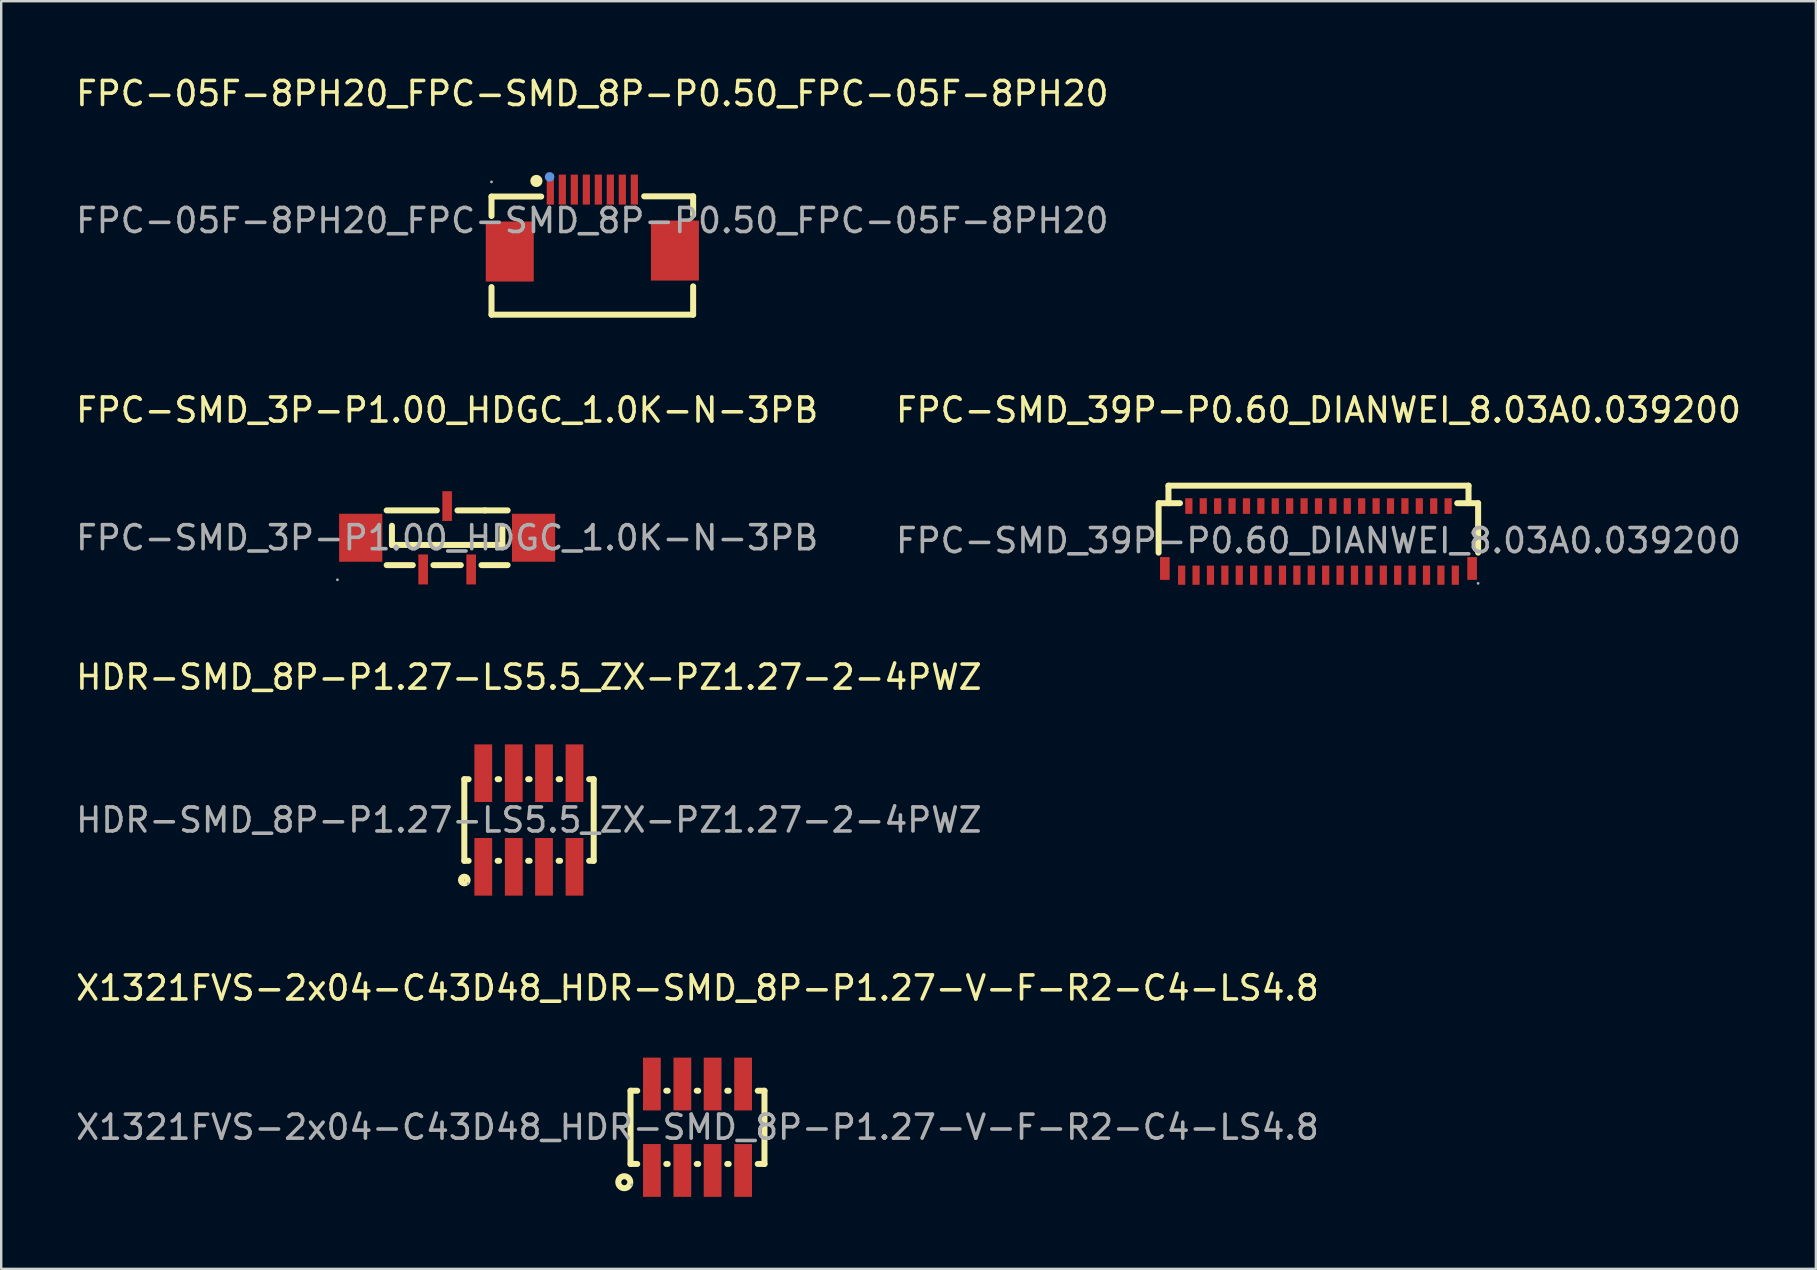
<source format=kicad_pcb>
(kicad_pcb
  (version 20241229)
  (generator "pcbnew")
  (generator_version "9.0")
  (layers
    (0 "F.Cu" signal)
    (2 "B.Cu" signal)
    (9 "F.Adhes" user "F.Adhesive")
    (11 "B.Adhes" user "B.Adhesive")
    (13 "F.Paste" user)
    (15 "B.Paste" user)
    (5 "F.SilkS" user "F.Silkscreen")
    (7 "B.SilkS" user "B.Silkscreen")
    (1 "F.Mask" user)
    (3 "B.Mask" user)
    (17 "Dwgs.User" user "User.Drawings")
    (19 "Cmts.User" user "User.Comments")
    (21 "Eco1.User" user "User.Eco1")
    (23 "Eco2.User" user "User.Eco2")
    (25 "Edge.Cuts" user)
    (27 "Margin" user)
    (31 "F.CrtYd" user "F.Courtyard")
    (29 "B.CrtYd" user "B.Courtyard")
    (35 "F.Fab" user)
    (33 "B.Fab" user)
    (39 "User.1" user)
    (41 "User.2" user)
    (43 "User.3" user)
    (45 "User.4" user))
  (footprint "FPC-SMD_39P-P0.60_DIANWEI_8.03A0.039200"
    (layer "F.Cu")
    (at 51.875 19.471)
    (property "Reference" "FPC-SMD_39P-P0.60_DIANWEI_8.03A0.039200" (at 0 -5.44 0) (layer "F.SilkS") (effects (font (size 1 1) (thickness 0.15))))
    (attr smd)
    (fp_line (start -6.66 -1.56) (end -6.66 0.5) (stroke (width 0.25) (type solid)) (layer "F.SilkS"))
    (fp_line (start -6.64 -1.56) (end -5.77 -1.56) (stroke (width 0.25) (type solid)) (layer "F.SilkS"))
    (fp_line (start -6.25 -2.29) (end 6.25 -2.29) (stroke (width 0.25) (type solid)) (layer "F.SilkS"))
    (fp_line (start -6.25 -1.56) (end -6.25 -2.29) (stroke (width 0.25) (type solid)) (layer "F.SilkS"))
    (fp_line (start 5.78 -1.56) (end 6.65 -1.56) (stroke (width 0.25) (type solid)) (layer "F.SilkS"))
    (fp_line (start 6.25 -1.56) (end 6.25 -2.29) (stroke (width 0.25) (type solid)) (layer "F.SilkS"))
    (fp_line (start 6.65 -1.56) (end 6.65 0.5) (stroke (width 0.25) (type solid)) (layer "F.SilkS"))
    (fp_circle (center 6.65 1.78) (end 6.68 1.78) (stroke (width 0.06) (type solid)) (fill no) (layer "F.Fab"))
    (fp_text user "${REFERENCE}" (at 0 0 0) (layer "F.Fab") (effects (font (size 1 1) (thickness 0.15))))
    (pad "1" smd rect (at 5.7 1.44) (size 0.3 0.8) (layers "F.Cu" "F.Mask" "F.Paste"))
    (pad "2" smd rect (at 5.4 -1.44) (size 0.3 0.65) (layers "F.Cu" "F.Mask" "F.Paste"))
    (pad "3" smd rect (at 5.1 1.44) (size 0.3 0.8) (layers "F.Cu" "F.Mask" "F.Paste"))
    (pad "4" smd rect (at 4.8 -1.44) (size 0.3 0.65) (layers "F.Cu" "F.Mask" "F.Paste"))
    (pad "5" smd rect (at 4.5 1.44) (size 0.3 0.8) (layers "F.Cu" "F.Mask" "F.Paste"))
    (pad "6" smd rect (at 4.2 -1.44) (size 0.3 0.65) (layers "F.Cu" "F.Mask" "F.Paste"))
    (pad "7" smd rect (at 3.9 1.44) (size 0.3 0.8) (layers "F.Cu" "F.Mask" "F.Paste"))
    (pad "8" smd rect (at 3.6 -1.44) (size 0.3 0.65) (layers "F.Cu" "F.Mask" "F.Paste"))
    (pad "9" smd rect (at 3.3 1.44) (size 0.3 0.8) (layers "F.Cu" "F.Mask" "F.Paste"))
    (pad "10" smd rect (at 3 -1.44) (size 0.3 0.65) (layers "F.Cu" "F.Mask" "F.Paste"))
    (pad "11" smd rect (at 2.7 1.44) (size 0.3 0.8) (layers "F.Cu" "F.Mask" "F.Paste"))
    (pad "12" smd rect (at 2.4 -1.44) (size 0.3 0.65) (layers "F.Cu" "F.Mask" "F.Paste"))
    (pad "13" smd rect (at 2.1 1.44) (size 0.3 0.8) (layers "F.Cu" "F.Mask" "F.Paste"))
    (pad "14" smd rect (at 1.8 -1.44) (size 0.3 0.65) (layers "F.Cu" "F.Mask" "F.Paste"))
    (pad "15" smd rect (at 1.5 1.44) (size 0.3 0.8) (layers "F.Cu" "F.Mask" "F.Paste"))
    (pad "16" smd rect (at 1.2 -1.44) (size 0.3 0.65) (layers "F.Cu" "F.Mask" "F.Paste"))
    (pad "17" smd rect (at 0.9 1.44) (size 0.3 0.8) (layers "F.Cu" "F.Mask" "F.Paste"))
    (pad "18" smd rect (at 0.6 -1.44) (size 0.3 0.65) (layers "F.Cu" "F.Mask" "F.Paste"))
    (pad "19" smd rect (at 0.3 1.44) (size 0.3 0.8) (layers "F.Cu" "F.Mask" "F.Paste"))
    (pad "20" smd rect (at 0 -1.44) (size 0.3 0.65) (layers "F.Cu" "F.Mask" "F.Paste"))
    (pad "21" smd rect (at -0.3 1.44) (size 0.3 0.8) (layers "F.Cu" "F.Mask" "F.Paste"))
    (pad "22" smd rect (at -0.6 -1.44) (size 0.3 0.65) (layers "F.Cu" "F.Mask" "F.Paste"))
    (pad "23" smd rect (at -0.9 1.44) (size 0.3 0.8) (layers "F.Cu" "F.Mask" "F.Paste"))
    (pad "24" smd rect (at -1.2 -1.44) (size 0.3 0.65) (layers "F.Cu" "F.Mask" "F.Paste"))
    (pad "25" smd rect (at -1.5 1.44) (size 0.3 0.8) (layers "F.Cu" "F.Mask" "F.Paste"))
    (pad "26" smd rect (at -1.8 -1.44) (size 0.3 0.65) (layers "F.Cu" "F.Mask" "F.Paste"))
    (pad "27" smd rect (at -2.1 1.44) (size 0.3 0.8) (layers "F.Cu" "F.Mask" "F.Paste"))
    (pad "28" smd rect (at -2.4 -1.44) (size 0.3 0.65) (layers "F.Cu" "F.Mask" "F.Paste"))
    (pad "29" smd rect (at -2.7 1.44) (size 0.3 0.8) (layers "F.Cu" "F.Mask" "F.Paste"))
    (pad "30" smd rect (at -3 -1.44) (size 0.3 0.65) (layers "F.Cu" "F.Mask" "F.Paste"))
    (pad "31" smd rect (at -3.3 1.44) (size 0.3 0.8) (layers "F.Cu" "F.Mask" "F.Paste"))
    (pad "32" smd rect (at -3.6 -1.44) (size 0.3 0.65) (layers "F.Cu" "F.Mask" "F.Paste"))
    (pad "33" smd rect (at -3.9 1.44) (size 0.3 0.8) (layers "F.Cu" "F.Mask" "F.Paste"))
    (pad "34" smd rect (at -4.2 -1.44) (size 0.3 0.65) (layers "F.Cu" "F.Mask" "F.Paste"))
    (pad "35" smd rect (at -4.5 1.44) (size 0.3 0.8) (layers "F.Cu" "F.Mask" "F.Paste"))
    (pad "36" smd rect (at -4.8 -1.44) (size 0.3 0.65) (layers "F.Cu" "F.Mask" "F.Paste"))
    (pad "37" smd rect (at -5.1 1.44) (size 0.3 0.8) (layers "F.Cu" "F.Mask" "F.Paste"))
    (pad "38" smd rect (at -5.4 -1.44) (size 0.3 0.65) (layers "F.Cu" "F.Mask" "F.Paste"))
    (pad "39" smd rect (at -5.7 1.44) (size 0.3 0.8) (layers "F.Cu" "F.Mask" "F.Paste"))
    (pad "40" smd rect (at -6.4 1.16) (size 0.4 0.95) (layers "F.Cu" "F.Mask" "F.Paste"))
    (pad "41" smd rect (at 6.4 1.16) (size 0.4 0.95) (layers "F.Cu" "F.Mask" "F.Paste")))
  (footprint "HDR-SMD_8P-P1.27-LS5.5_ZX-PZ1.27-2-4PWZ"
    (layer "F.Cu")
    (at 18.982 31.11)
    (property "Reference" "HDR-SMD_8P-P1.27-LS5.5_ZX-PZ1.27-2-4PWZ" (at 0 -5.95 0) (layer "F.SilkS") (effects (font (size 1 1) (thickness 0.15))))
    (attr smd)
    (fp_line (start -2.69 -1.7) (end -2.69 1.7) (stroke (width 0.25) (type solid)) (layer "F.SilkS"))
    (fp_line (start -2.69 1.7) (end -2.51 1.7) (stroke (width 0.25) (type solid)) (layer "F.SilkS"))
    (fp_line (start -2.51 -1.7) (end -2.69 -1.7) (stroke (width 0.25) (type solid)) (layer "F.SilkS"))
    (fp_line (start -1.3 1.7) (end -1.24 1.7) (stroke (width 0.25) (type solid)) (layer "F.SilkS"))
    (fp_line (start -1.24 -1.7) (end -1.3 -1.7) (stroke (width 0.25) (type solid)) (layer "F.SilkS"))
    (fp_line (start -0.03 1.7) (end 0.03 1.7) (stroke (width 0.25) (type solid)) (layer "F.SilkS"))
    (fp_line (start 0.03 -1.7) (end -0.03 -1.7) (stroke (width 0.25) (type solid)) (layer "F.SilkS"))
    (fp_line (start 1.24 1.7) (end 1.3 1.7) (stroke (width 0.25) (type solid)) (layer "F.SilkS"))
    (fp_line (start 1.3 -1.7) (end 1.24 -1.7) (stroke (width 0.25) (type solid)) (layer "F.SilkS"))
    (fp_line (start 2.51 1.7) (end 2.7 1.7) (stroke (width 0.25) (type solid)) (layer "F.SilkS"))
    (fp_line (start 2.7 -1.7) (end 2.51 -1.7) (stroke (width 0.25) (type solid)) (layer "F.SilkS"))
    (fp_line (start 2.7 -1.7) (end 2.7 1.7) (stroke (width 0.25) (type solid)) (layer "F.SilkS"))
    (fp_circle (center -2.69 2.5) (end -2.55 2.5) (stroke (width 0.25) (type solid)) (fill no) (layer "F.SilkS"))
    (fp_circle (center -2.54 2.65) (end -2.51 2.65) (stroke (width 0.06) (type solid)) (fill no) (layer "F.Fab"))
    (fp_text user "${REFERENCE}" (at 0 0 0) (layer "F.Fab") (effects (font (size 1 1) (thickness 0.15))))
    (pad "1" smd rect (at -1.9 1.95) (size 0.74 2.4) (layers "F.Cu" "F.Mask" "F.Paste"))
    (pad "2" smd rect (at -1.9 -1.95) (size 0.74 2.4) (layers "F.Cu" "F.Mask" "F.Paste"))
    (pad "3" smd rect (at -0.63 1.95) (size 0.74 2.4) (layers "F.Cu" "F.Mask" "F.Paste"))
    (pad "4" smd rect (at -0.63 -1.95) (size 0.74 2.4) (layers "F.Cu" "F.Mask" "F.Paste"))
    (pad "5" smd rect (at 0.63 1.95) (size 0.74 2.4) (layers "F.Cu" "F.Mask" "F.Paste"))
    (pad "6" smd rect (at 0.63 -1.95) (size 0.74 2.4) (layers "F.Cu" "F.Mask" "F.Paste"))
    (pad "7" smd rect (at 1.9 1.95) (size 0.74 2.4) (layers "F.Cu" "F.Mask" "F.Paste"))
    (pad "8" smd rect (at 1.9 -1.95) (size 0.74 2.4) (layers "F.Cu" "F.Mask" "F.Paste")))
  (footprint "X1321FVS-2x04-C43D48_HDR-SMD_8P-P1.27-V-F-R2-C4-LS4.8"
    (layer "F.Cu")
    (at 26.006 43.908)
    (property "Reference" "X1321FVS-2x04-C43D48_HDR-SMD_8P-P1.27-V-F-R2-C4-LS4.8" (at 0 -5.8 0) (layer "F.SilkS") (effects (font (size 1 1) (thickness 0.15))))
    (attr smd)
    (fp_line (start -2.79 -1.52) (end -2.79 1.53) (stroke (width 0.25) (type solid)) (layer "F.SilkS"))
    (fp_line (start -2.79 -1.52) (end -2.51 -1.52) (stroke (width 0.25) (type solid)) (layer "F.SilkS"))
    (fp_line (start -2.79 1.53) (end -2.51 1.53) (stroke (width 0.25) (type solid)) (layer "F.SilkS"))
    (fp_line (start -1.3 -1.52) (end -1.24 -1.52) (stroke (width 0.25) (type solid)) (layer "F.SilkS"))
    (fp_line (start -1.3 1.53) (end -1.24 1.53) (stroke (width 0.25) (type solid)) (layer "F.SilkS"))
    (fp_line (start -0.03 -1.52) (end 0.03 -1.52) (stroke (width 0.25) (type solid)) (layer "F.SilkS"))
    (fp_line (start -0.03 1.53) (end 0.03 1.53) (stroke (width 0.25) (type solid)) (layer "F.SilkS"))
    (fp_line (start 1.24 -1.52) (end 1.3 -1.52) (stroke (width 0.25) (type solid)) (layer "F.SilkS"))
    (fp_line (start 1.24 1.53) (end 1.3 1.53) (stroke (width 0.25) (type solid)) (layer "F.SilkS"))
    (fp_line (start 2.51 -1.52) (end 2.79 -1.52) (stroke (width 0.25) (type solid)) (layer "F.SilkS"))
    (fp_line (start 2.51 1.53) (end 2.79 1.53) (stroke (width 0.25) (type solid)) (layer "F.SilkS"))
    (fp_line (start 2.79 -1.52) (end 2.79 1.53) (stroke (width 0.25) (type solid)) (layer "F.SilkS"))
    (fp_circle (center -3.05 2.29) (end -2.8 2.29) (stroke (width 0.25) (type solid)) (fill no) (layer "F.SilkS"))
    (fp_circle (center -2.74 2.4) (end -2.71 2.4) (stroke (width 0.06) (type solid)) (fill no) (layer "F.Fab"))
    (fp_text user "${REFERENCE}" (at 0 0 0) (layer "F.Fab") (effects (font (size 1 1) (thickness 0.15))))
    (pad "1" smd rect (at -1.9 1.8 90) (size 2.2 0.74) (layers "F.Cu" "F.Mask" "F.Paste"))
    (pad "2" smd rect (at -1.9 -1.8 90) (size 2.2 0.74) (layers "F.Cu" "F.Mask" "F.Paste"))
    (pad "3" smd rect (at -0.63 1.8 90) (size 2.2 0.74) (layers "F.Cu" "F.Mask" "F.Paste"))
    (pad "4" smd rect (at -0.63 -1.8 90) (size 2.2 0.74) (layers "F.Cu" "F.Mask" "F.Paste"))
    (pad "5" smd rect (at 0.63 1.8 90) (size 2.2 0.74) (layers "F.Cu" "F.Mask" "F.Paste"))
    (pad "6" smd rect (at 0.63 -1.8 90) (size 2.2 0.74) (layers "F.Cu" "F.Mask" "F.Paste"))
    (pad "7" smd rect (at 1.9 1.8 90) (size 2.2 0.74) (layers "F.Cu" "F.Mask" "F.Paste"))
    (pad "8" smd rect (at 1.9 -1.8 90) (size 2.2 0.74) (layers "F.Cu" "F.Mask" "F.Paste")))
  (footprint "FPC-05F-8PH20_FPC-SMD_8P-P0.50_FPC-05F-8PH20"
    (layer "F.Cu")
    (at 21.625 6.138)
    (property "Reference" "FPC-05F-8PH20_FPC-SMD_8P-P0.50_FPC-05F-8PH20" (at 0 -5.29 0) (layer "F.SilkS") (effects (font (size 1 1) (thickness 0.15))))
    (attr smd)
    (fp_line (start -4.2 -1) (end -2.13 -1) (stroke (width 0.25) (type solid)) (layer "F.SilkS"))
    (fp_line (start -4.2 -0.19) (end -4.2 -1) (stroke (width 0.25) (type solid)) (layer "F.SilkS"))
    (fp_line (start -4.2 3.92) (end -4.2 2.77) (stroke (width 0.25) (type solid)) (layer "F.SilkS"))
    (fp_line (start -4.2 3.92) (end 4.2 3.92) (stroke (width 0.25) (type solid)) (layer "F.SilkS"))
    (fp_line (start 4.2 -1.01) (end 2.16 -1.01) (stroke (width 0.25) (type solid)) (layer "F.SilkS"))
    (fp_line (start 4.2 -0.23) (end 4.2 -1.01) (stroke (width 0.25) (type solid)) (layer "F.SilkS"))
    (fp_line (start 4.2 3.92) (end 4.2 2.74) (stroke (width 0.25) (type solid)) (layer "F.SilkS"))
    (fp_circle (center -2.33 -1.65) (end -2.2 -1.65) (stroke (width 0.25) (type solid)) (fill no) (layer "F.SilkS"))
    (fp_circle (center -1.78 -1.82) (end -1.68 -1.82) (stroke (width 0.2) (type solid)) (fill no) (layer "Cmts.User"))
    (fp_circle (center -4.2 -1.61) (end -4.17 -1.61) (stroke (width 0.06) (type solid)) (fill no) (layer "F.Fab"))
    (fp_text user "${REFERENCE}" (at 0 0 0) (layer "F.Fab") (effects (font (size 1 1) (thickness 0.15))))
    (pad "1" smd rect (at -1.75 -1.29) (size 0.3 1.25) (layers "F.Cu" "F.Mask" "F.Paste"))
    (pad "2" smd rect (at -1.25 -1.29) (size 0.3 1.25) (layers "F.Cu" "F.Mask" "F.Paste"))
    (pad "3" smd rect (at -0.75 -1.29) (size 0.3 1.25) (layers "F.Cu" "F.Mask" "F.Paste"))
    (pad "4" smd rect (at -0.25 -1.29) (size 0.3 1.25) (layers "F.Cu" "F.Mask" "F.Paste"))
    (pad "5" smd rect (at 0.25 -1.29) (size 0.3 1.25) (layers "F.Cu" "F.Mask" "F.Paste"))
    (pad "6" smd rect (at 0.75 -1.29) (size 0.3 1.25) (layers "F.Cu" "F.Mask" "F.Paste"))
    (pad "7" smd rect (at 1.25 -1.29) (size 0.3 1.25) (layers "F.Cu" "F.Mask" "F.Paste"))
    (pad "8" smd rect (at 1.75 -1.29) (size 0.3 1.25) (layers "F.Cu" "F.Mask" "F.Paste"))
    (pad "9" smd rect (at 3.44 1.25) (size 2 2.5) (layers "F.Cu" "F.Mask" "F.Paste"))
    (pad "10" smd rect (at -3.44 1.29) (size 2 2.5) (layers "F.Cu" "F.Mask" "F.Paste")))
  (footprint "FPC-SMD_3P-P1.00_HDGC_1.0K-N-3PB"
    (layer "F.Cu")
    (at 15.577 19.352)
    (property "Reference" "FPC-SMD_3P-P1.00_HDGC_1.0K-N-3PB" (at 0 -5.32 0) (layer "F.SilkS") (effects (font (size 1 1) (thickness 0.15))))
    (attr smd)
    (fp_line (start -2.3 -0.5) (end -2.3 0.3) (stroke (width 0.25) (type solid)) (layer "F.SilkS"))
    (fp_line (start -2.3 0.3) (end 2.3 0.3) (stroke (width 0.25) (type solid)) (layer "F.SilkS"))
    (fp_line (start -1.43 1.14) (end -2.52 1.14) (stroke (width 0.25) (type solid)) (layer "F.SilkS"))
    (fp_line (start -0.43 -1.14) (end -2.52 -1.14) (stroke (width 0.25) (type solid)) (layer "F.SilkS"))
    (fp_line (start 0.57 1.14) (end -0.57 1.14) (stroke (width 0.25) (type solid)) (layer "F.SilkS"))
    (fp_line (start 1.57 -1.14) (end 0.43 -1.14) (stroke (width 0.25) (type solid)) (layer "F.SilkS"))
    (fp_line (start 1.57 -1.14) (end 2.52 -1.14) (stroke (width 0.25) (type solid)) (layer "F.SilkS"))
    (fp_line (start 2.3 0.3) (end 2.3 -0.4) (stroke (width 0.25) (type solid)) (layer "F.SilkS"))
    (fp_line (start 2.52 1.14) (end 1.43 1.14) (stroke (width 0.25) (type solid)) (layer "F.SilkS"))
    (fp_circle (center -4.57 1.75) (end -4.54 1.75) (stroke (width 0.06) (type solid)) (fill no) (layer "F.Fab"))
    (fp_text user "${REFERENCE}" (at 0 0 0) (layer "F.Fab") (effects (font (size 1 1) (thickness 0.15))))
    (pad "1" smd rect (at -1 1.32) (size 0.4 1.25) (layers "F.Cu" "F.Mask" "F.Paste"))
    (pad "2" smd rect (at 0 -1.32) (size 0.4 1.24) (layers "F.Cu" "F.Mask" "F.Paste"))
    (pad "3" smd rect (at 1 1.32) (size 0.4 1.25) (layers "F.Cu" "F.Mask" "F.Paste"))
    (pad "4" smd rect (at 3.6 0) (size 1.8 2) (layers "F.Cu" "F.Mask" "F.Paste"))
    (pad "5" smd rect (at -3.6 0) (size 1.8 2) (layers "F.Cu" "F.Mask" "F.Paste")))
  (gr_rect
    (start -3 -3)
    (end 72.595 49.808)
    (stroke (width 0.1) (type default))
    (fill no)
    (layer "Edge.Cuts")))
</source>
